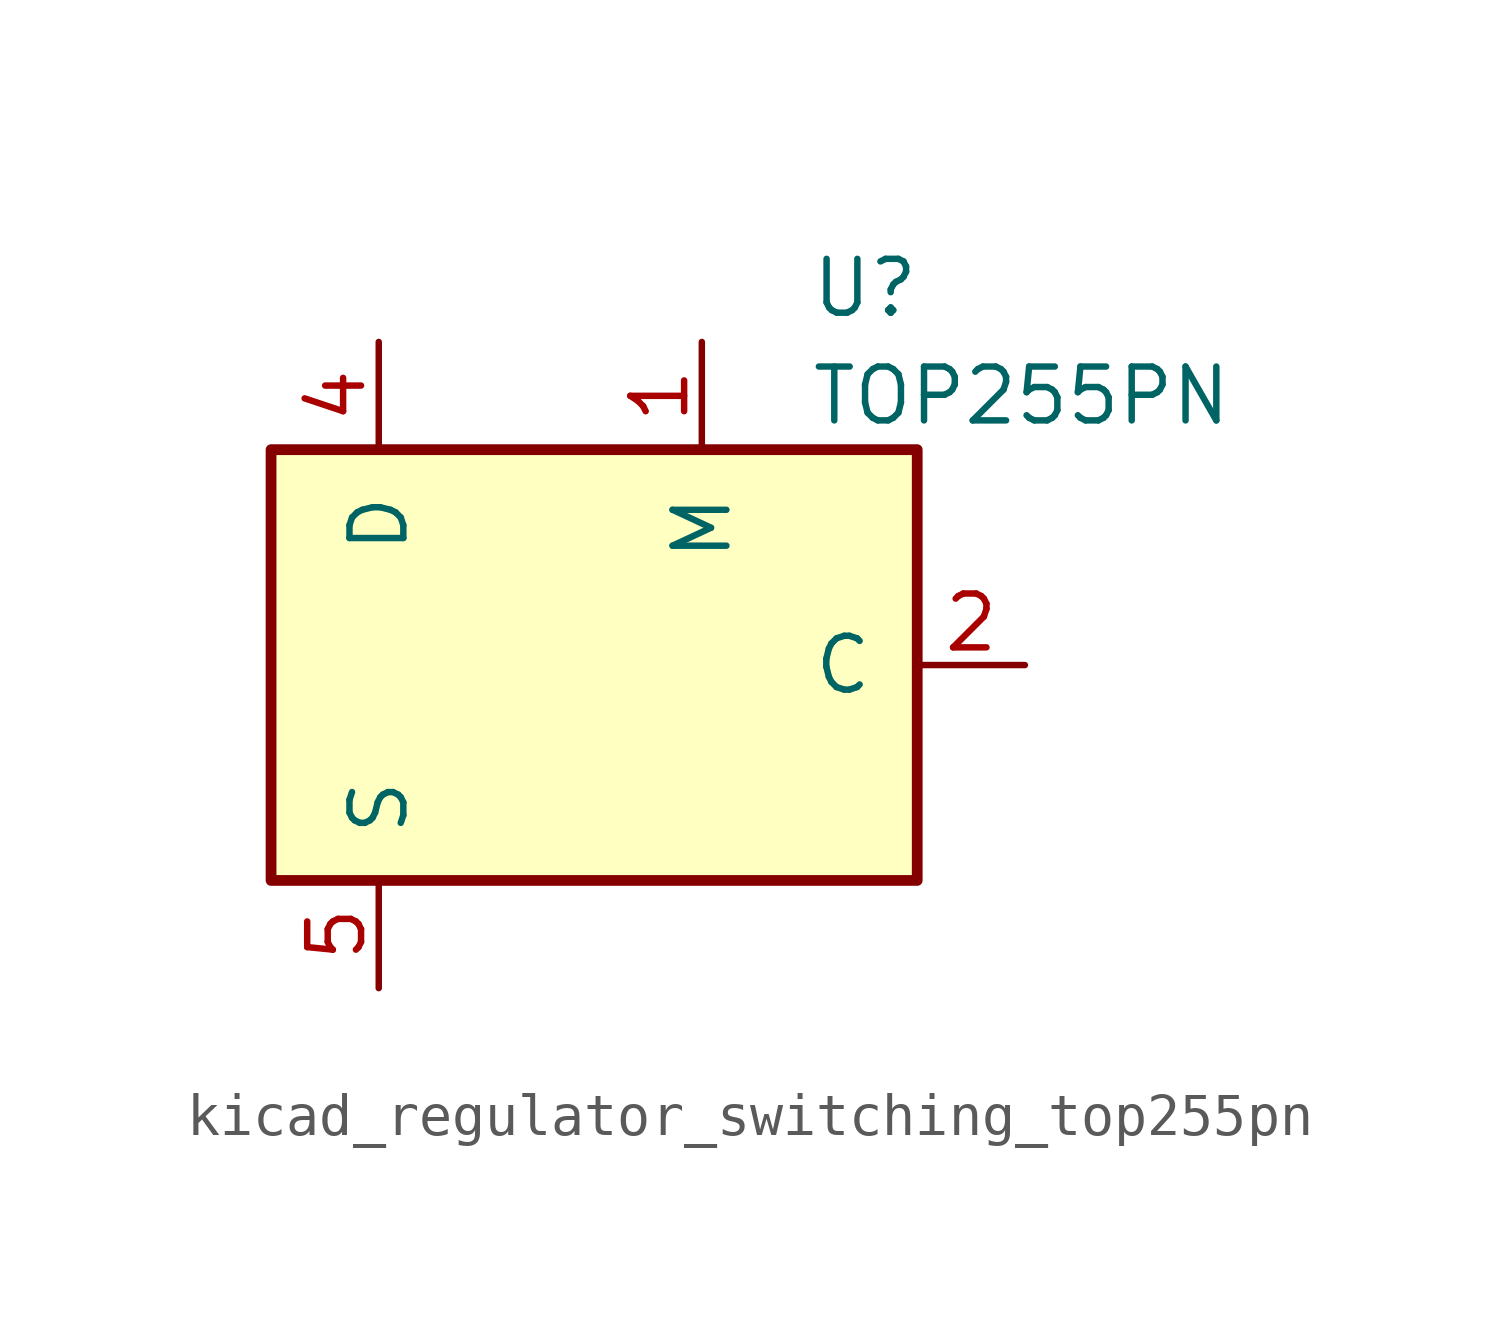
<source format=kicad_sym>
(kicad_symbol_lib
  (version 20220914)
  (generator kicad_symbol_editor)
  (symbol "kicad_regulator_switching_top255pn"
    (pin_names
      (offset 1.016))
    (property "Reference" "U"
      (at 5.08 8.89 0)
      (effects (font (size 1.27 1.27)) (justify left)))
    (property "Value" "TOP255PN"
      (at 5.08 6.35 0)
      (effects (font (size 1.27 1.27)) (justify left)))
    (symbol "kicad_regulator_switching_top255pn_0_1"
      (rectangle (start -7.62 5.08) (end 7.62 -5.08) (stroke (width 0.254) (type default)) (fill (type background))))
    (symbol "kicad_regulator_switching_top255pn_1_1"
      (pin input line (at 2.54 7.62 270) (length 2.54) (name "M" (effects (font (size 1.27 1.27)))) (number "1" (effects (font (size 1.27 1.27)))))
      (pin input line (at 10.16 0 180) (length 2.54) (name "C" (effects (font (size 1.27 1.27)))) (number "2" (effects (font (size 1.27 1.27)))))
      (pin open_collector line (at -5.08 7.62 270) (length 2.54) (name "D" (effects (font (size 1.27 1.27)))) (number "4" (effects (font (size 1.27 1.27)))))
      (pin power_in line (at -5.08 -7.62 90) (length 2.54) (name "S" (effects (font (size 1.27 1.27)))) (number "5" (effects (font (size 1.27 1.27)))))
      (pin passive line (at -5.08 -7.62 90) (length 2.54) hide (name "S" (effects (font (size 1.27 1.27)))) (number "6" (effects (font (size 1.27 1.27)))))
      (pin passive line (at -5.08 -7.62 90) (length 2.54) hide (name "S" (effects (font (size 1.27 1.27)))) (number "7" (effects (font (size 1.27 1.27)))))
      (pin passive line (at -5.08 -7.62 90) (length 2.54) hide (name "S" (effects (font (size 1.27 1.27)))) (number "8" (effects (font (size 1.27 1.27))))))))
</source>
